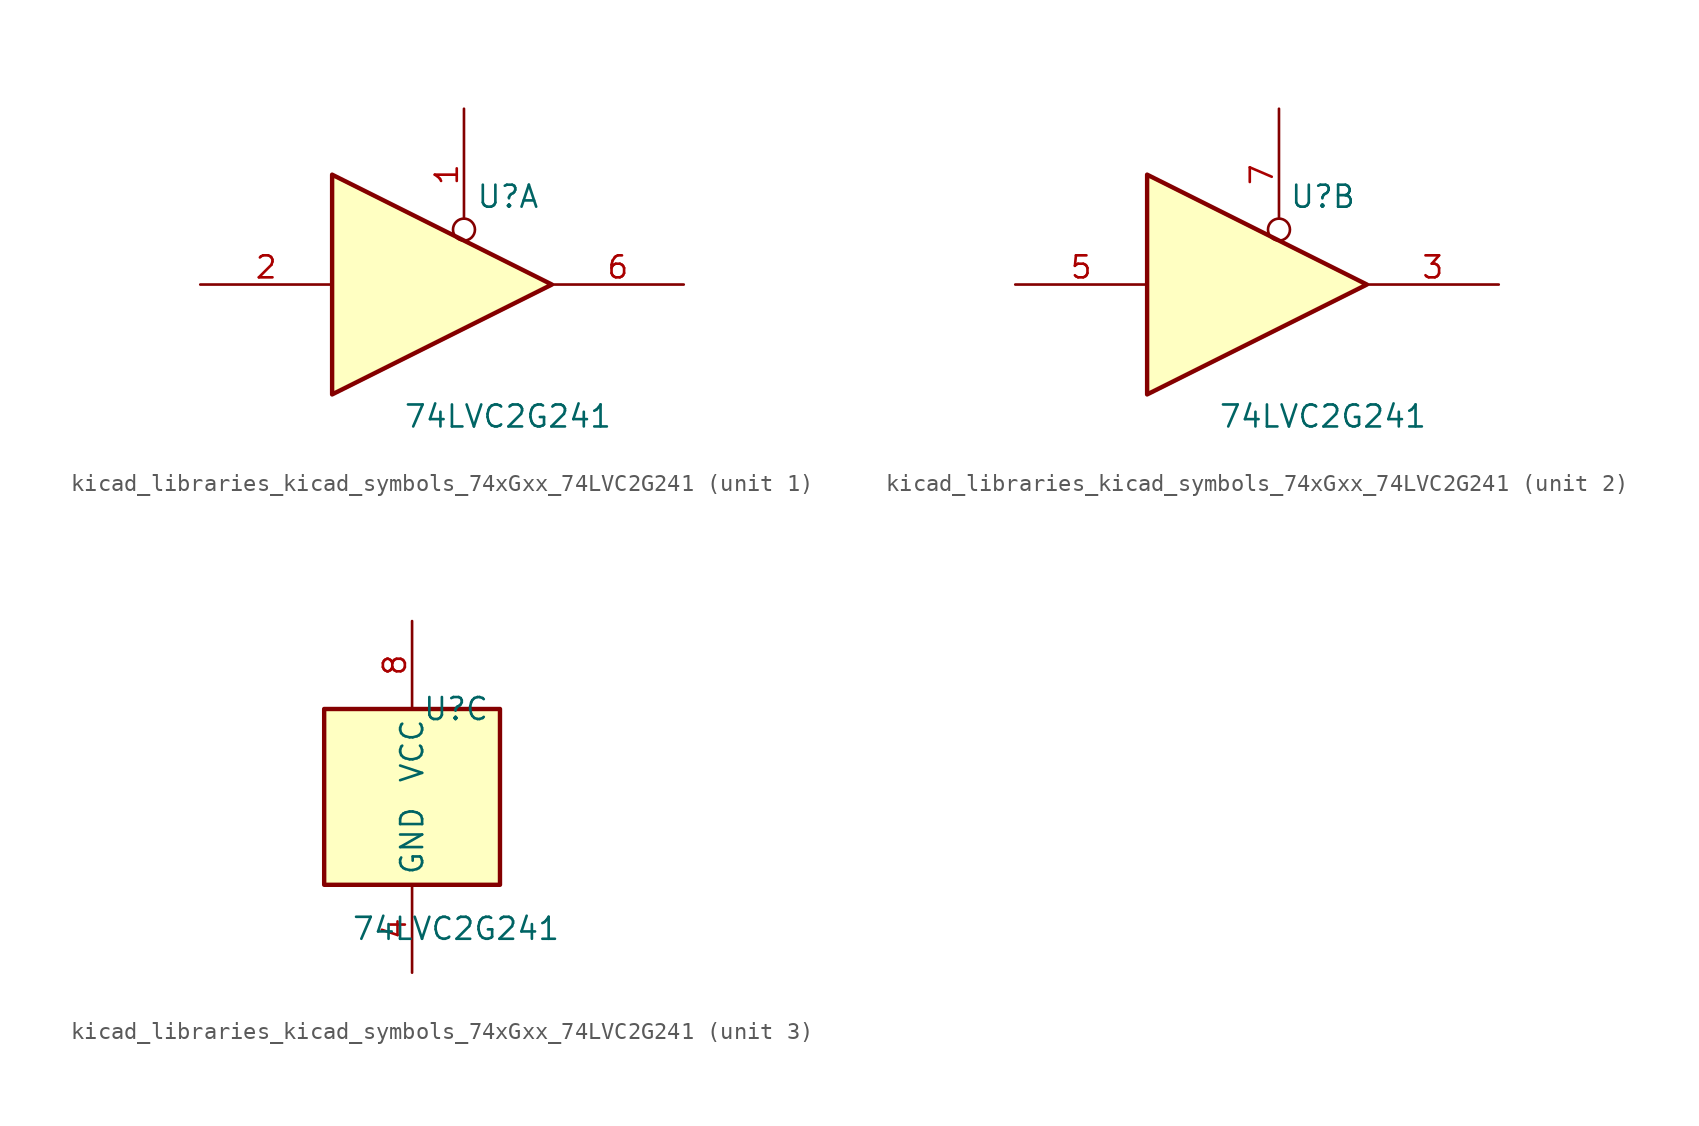
<source format=kicad_sym>
(kicad_symbol_lib
  (version 20220914)
  (generator kicad_symbol_editor)
  (symbol "kicad_libraries_kicad_symbols_74xGxx_74LVC2G241"
    (property "Reference" "U"
      (at 2.54 5.08 0)
      (effects (font (size 1.27 1.27))))
    (property "Value" "74LVC2G241"
      (at 2.54 -7.62 0)
      (effects (font (size 1.27 1.27))))
    (symbol "kicad_libraries_kicad_symbols_74xGxx_74LVC2G241_1_1"
      (polyline (pts (xy -7.62 6.35) (xy -7.62 -6.35) (xy 5.08 0) (xy -7.62 6.35)) (stroke (width 0.254) (type default)) (fill (type background)))
      (pin input inverted (at 0 10.16 270) (length 7.62) (name "~" (effects (font (size 1.27 1.27)))) (number "1" (effects (font (size 1.27 1.27)))))
      (pin input line (at -15.24 0 0) (length 7.62) (name "~" (effects (font (size 1.27 1.27)))) (number "2" (effects (font (size 1.27 1.27)))))
      (pin tri_state line (at 12.7 0 180) (length 7.62) (name "~" (effects (font (size 1.27 1.27)))) (number "6" (effects (font (size 1.27 1.27))))))
    (symbol "kicad_libraries_kicad_symbols_74xGxx_74LVC2G241_2_1"
      (polyline (pts (xy -7.62 6.35) (xy -7.62 -6.35) (xy 5.08 0) (xy -7.62 6.35)) (stroke (width 0.254) (type default)) (fill (type background)))
      (pin tri_state line (at 12.7 0 180) (length 7.62) (name "~" (effects (font (size 1.27 1.27)))) (number "3" (effects (font (size 1.27 1.27)))))
      (pin input line (at -15.24 0 0) (length 7.62) (name "~" (effects (font (size 1.27 1.27)))) (number "5" (effects (font (size 1.27 1.27)))))
      (pin input inverted (at 0 10.16 270) (length 7.62) (name "~" (effects (font (size 1.27 1.27)))) (number "7" (effects (font (size 1.27 1.27))))))
    (symbol "kicad_libraries_kicad_symbols_74xGxx_74LVC2G241_3_0"
      (rectangle (start -5.08 -5.08) (end 5.08 5.08) (stroke (width 0.254) (type default)) (fill (type background))))
    (symbol "kicad_libraries_kicad_symbols_74xGxx_74LVC2G241_3_1"
      (pin power_in line (at 0 -10.16 90) (length 5.08) (name "GND" (effects (font (size 1.27 1.27)))) (number "4" (effects (font (size 1.27 1.27)))))
      (pin power_in line (at 0 10.16 270) (length 5.08) (name "VCC" (effects (font (size 1.27 1.27)))) (number "8" (effects (font (size 1.27 1.27))))))))
</source>
